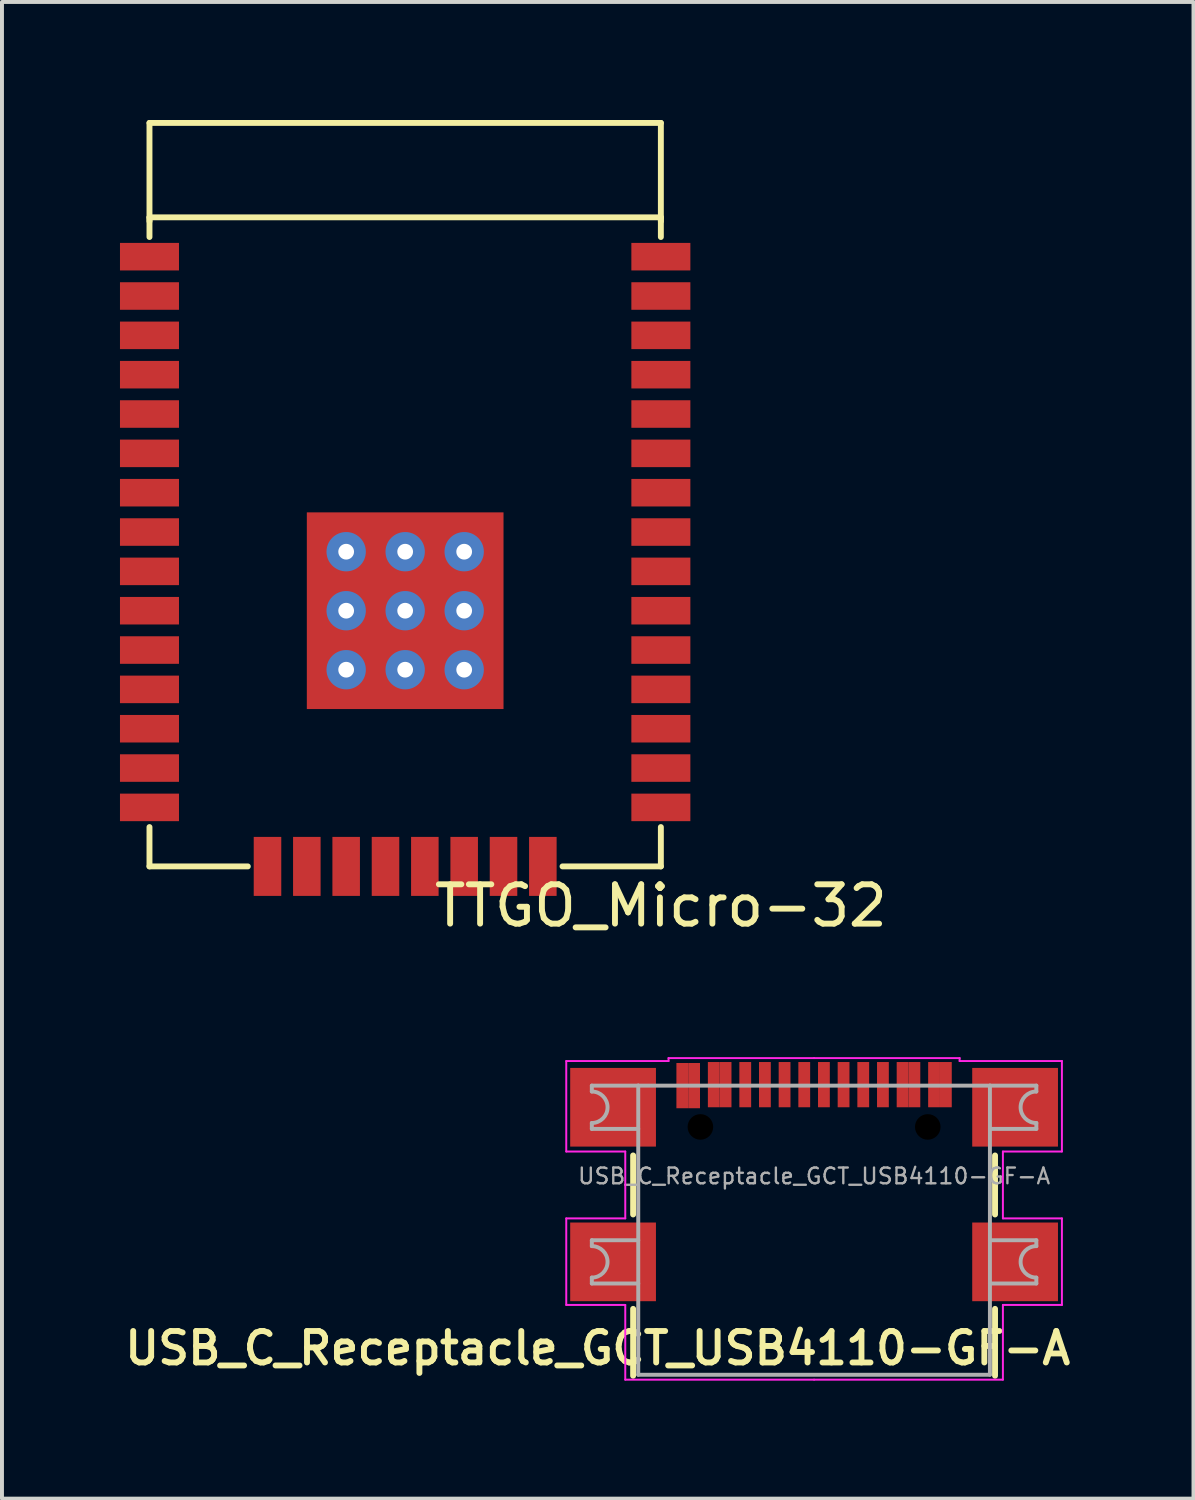
<source format=kicad_pcb>
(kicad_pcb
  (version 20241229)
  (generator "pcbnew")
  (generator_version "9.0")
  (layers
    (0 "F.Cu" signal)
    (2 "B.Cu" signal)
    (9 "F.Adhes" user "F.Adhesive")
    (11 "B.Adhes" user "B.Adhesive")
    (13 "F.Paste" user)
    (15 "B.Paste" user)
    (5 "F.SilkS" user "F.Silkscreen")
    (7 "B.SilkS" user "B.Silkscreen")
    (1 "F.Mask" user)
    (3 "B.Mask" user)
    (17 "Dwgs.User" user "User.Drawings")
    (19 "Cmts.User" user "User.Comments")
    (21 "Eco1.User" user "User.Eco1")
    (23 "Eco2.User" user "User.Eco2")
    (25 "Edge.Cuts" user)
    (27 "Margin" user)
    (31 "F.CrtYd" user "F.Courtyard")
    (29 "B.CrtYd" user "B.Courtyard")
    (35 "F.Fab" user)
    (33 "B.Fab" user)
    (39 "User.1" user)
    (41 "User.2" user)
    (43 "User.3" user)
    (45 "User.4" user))
  (footprint "TTGO_Micro-32"
    (layer "F.Cu")
    (at 7.25 3.475)
    (property "Reference" "TTGO_Micro-32" (at 6.5 16.5 0) (layer "F.SilkS") (effects (font (size 1 1) (thickness 0.15))))
    (attr through_hole)
    (fp_line (start -6.5 -3.4) (end 6.5 -3.4) (stroke (width 0.15) (type solid)) (layer "F.SilkS"))
    (fp_line (start -6.5 -0.9) (end -6.5 -3.4) (stroke (width 0.15) (type solid)) (layer "F.SilkS"))
    (fp_line (start -6.5 -0.5) (end -6.5 -1) (stroke (width 0.15) (type solid)) (layer "F.SilkS"))
    (fp_line (start -6.5 14.5) (end -6.5 15.5) (stroke (width 0.15) (type solid)) (layer "F.SilkS"))
    (fp_line (start -6.5 15.5) (end -4 15.5) (stroke (width 0.15) (type solid)) (layer "F.SilkS"))
    (fp_line (start 4 15.5) (end 6.5 15.5) (stroke (width 0.15) (type solid)) (layer "F.SilkS"))
    (fp_line (start 6.5 -1) (end -6.5 -1) (stroke (width 0.15) (type solid)) (layer "F.SilkS"))
    (fp_line (start 6.5 -0.9) (end 6.5 -3.4) (stroke (width 0.15) (type solid)) (layer "F.SilkS"))
    (fp_line (start 6.5 -0.5) (end 6.5 -1) (stroke (width 0.15) (type solid)) (layer "F.SilkS"))
    (fp_line (start 6.5 15.5) (end 6.5 14.5) (stroke (width 0.15) (type solid)) (layer "F.SilkS"))
    (pad "1" smd rect (at -6.5 0) (size 1.5 0.7) (layers "F.Cu" "F.Mask" "F.Paste"))
    (pad "1" thru_hole circle (at -1.5 7.5) (size 1 1) (drill 0.4) (layers "*.Cu" "*.Mask"))
    (pad "1" thru_hole circle (at -1.5 9) (size 1 1) (drill 0.4) (layers "*.Cu" "*.Mask"))
    (pad "1" thru_hole circle (at -1.5 10.5) (size 1 1) (drill 0.4) (layers "*.Cu" "*.Mask"))
    (pad "1" thru_hole circle (at 0 7.5) (size 1 1) (drill 0.4) (layers "*.Cu" "*.Mask"))
    (pad "1" thru_hole circle (at 0 9) (size 1 1) (drill 0.4) (layers "*.Cu" "*.Mask"))
    (pad "1" smd custom (at 0 9) (size 1.524 1.524) (layers "F.Cu" "F.Mask" "F.Paste") (options (anchor rect)) (primitives (gr_poly (pts (xy -2.5 -2.5) (xy -2.5 2.5) (xy 2.5 2.5) (xy 2.5 -2.5)) (width 0) (fill yes))))
    (pad "1" thru_hole circle (at 0 10.5) (size 1 1) (drill 0.4) (layers "*.Cu" "*.Mask"))
    (pad "1" thru_hole circle (at 1.5 7.5) (size 1 1) (drill 0.4) (layers "*.Cu" "*.Mask"))
    (pad "1" thru_hole circle (at 1.5 9) (size 1 1) (drill 0.4) (layers "*.Cu" "*.Mask"))
    (pad "1" thru_hole circle (at 1.5 10.5) (size 1 1) (drill 0.4) (layers "*.Cu" "*.Mask"))
    (pad "2" smd rect (at -6.5 1) (size 1.5 0.7) (layers "F.Cu" "F.Mask" "F.Paste"))
    (pad "3" smd rect (at -6.5 2) (size 1.5 0.7) (layers "F.Cu" "F.Mask" "F.Paste"))
    (pad "4" smd rect (at -6.5 3) (size 1.5 0.7) (layers "F.Cu" "F.Mask" "F.Paste"))
    (pad "5" smd rect (at -6.5 4) (size 1.5 0.7) (layers "F.Cu" "F.Mask" "F.Paste"))
    (pad "6" smd rect (at -6.5 5) (size 1.5 0.7) (layers "F.Cu" "F.Mask" "F.Paste"))
    (pad "7" smd rect (at -6.5 6) (size 1.5 0.7) (layers "F.Cu" "F.Mask" "F.Paste"))
    (pad "8" smd rect (at -6.5 7) (size 1.5 0.7) (layers "F.Cu" "F.Mask" "F.Paste"))
    (pad "9" smd rect (at -6.5 8) (size 1.5 0.7) (layers "F.Cu" "F.Mask" "F.Paste"))
    (pad "10" smd rect (at -6.5 9) (size 1.5 0.7) (layers "F.Cu" "F.Mask" "F.Paste"))
    (pad "11" smd rect (at -6.5 10) (size 1.5 0.7) (layers "F.Cu" "F.Mask" "F.Paste"))
    (pad "12" smd rect (at -6.5 11) (size 1.5 0.7) (layers "F.Cu" "F.Mask" "F.Paste"))
    (pad "13" smd rect (at -6.5 12) (size 1.5 0.7) (layers "F.Cu" "F.Mask" "F.Paste"))
    (pad "14" smd rect (at -6.5 13) (size 1.5 0.7) (layers "F.Cu" "F.Mask" "F.Paste"))
    (pad "15" smd rect (at -6.5 14) (size 1.5 0.7) (layers "F.Cu" "F.Mask" "F.Paste"))
    (pad "16" smd rect (at -3.5 15.5 90) (size 1.5 0.7) (layers "F.Cu" "F.Mask" "F.Paste"))
    (pad "17" smd rect (at -2.5 15.5 90) (size 1.5 0.7) (layers "F.Cu" "F.Mask" "F.Paste"))
    (pad "18" smd rect (at -1.5 15.5 90) (size 1.5 0.7) (layers "F.Cu" "F.Mask" "F.Paste"))
    (pad "19" smd rect (at -0.5 15.5 90) (size 1.5 0.7) (layers "F.Cu" "F.Mask" "F.Paste"))
    (pad "20" smd rect (at 0.5 15.5 90) (size 1.5 0.7) (layers "F.Cu" "F.Mask" "F.Paste"))
    (pad "21" smd rect (at 1.5 15.5 90) (size 1.5 0.7) (layers "F.Cu" "F.Mask" "F.Paste"))
    (pad "22" smd rect (at 2.5 15.5 90) (size 1.5 0.7) (layers "F.Cu" "F.Mask" "F.Paste"))
    (pad "23" smd rect (at 3.5 15.5 90) (size 1.5 0.7) (layers "F.Cu" "F.Mask" "F.Paste"))
    (pad "24" smd rect (at 6.5 14) (size 1.5 0.7) (layers "F.Cu" "F.Mask" "F.Paste"))
    (pad "25" smd rect (at 6.5 13) (size 1.5 0.7) (layers "F.Cu" "F.Mask" "F.Paste"))
    (pad "26" smd rect (at 6.5 12) (size 1.5 0.7) (layers "F.Cu" "F.Mask" "F.Paste"))
    (pad "27" smd rect (at 6.5 11) (size 1.5 0.7) (layers "F.Cu" "F.Mask" "F.Paste"))
    (pad "28" smd rect (at 6.5 10) (size 1.5 0.7) (layers "F.Cu" "F.Mask" "F.Paste"))
    (pad "29" smd rect (at 6.5 9) (size 1.5 0.7) (layers "F.Cu" "F.Mask" "F.Paste"))
    (pad "30" smd rect (at 6.5 8) (size 1.5 0.7) (layers "F.Cu" "F.Mask" "F.Paste"))
    (pad "31" smd rect (at 6.5 7) (size 1.5 0.7) (layers "F.Cu" "F.Mask" "F.Paste"))
    (pad "32" smd rect (at 6.5 6) (size 1.5 0.7) (layers "F.Cu" "F.Mask" "F.Paste"))
    (pad "33" smd rect (at 6.5 5) (size 1.5 0.7) (layers "F.Cu" "F.Mask" "F.Paste"))
    (pad "34" smd rect (at 6.5 4) (size 1.5 0.7) (layers "F.Cu" "F.Mask" "F.Paste"))
    (pad "35" smd rect (at 6.5 3) (size 1.5 0.7) (layers "F.Cu" "F.Mask" "F.Paste"))
    (pad "36" smd rect (at 6.5 2) (size 1.5 0.7) (layers "F.Cu" "F.Mask" "F.Paste"))
    (pad "37" smd rect (at 6.5 1) (size 1.5 0.7) (layers "F.Cu" "F.Mask" "F.Paste"))
    (pad "38" smd rect (at 6.5 0) (size 1.5 0.7) (layers "F.Cu" "F.Mask" "F.Paste")))
  (footprint "USB_C_Receptacle_GCT_USB4110-GF-A"
    (layer "F.Cu")
    (at 17.645 28.223)
    (property "Reference" "USB_C_Receptacle_GCT_USB4110-GF-A" (at -5.5 3 0) (layer "F.SilkS") (effects (font (size 0.8 0.8) (thickness 0.15))))
    (attr smd)
    (fp_line (start -4.6 -0.4) (end -4.6 -1.9) (stroke (width 0.15) (type solid)) (layer "F.SilkS"))
    (fp_line (start -4.6 3.7) (end -4.6 2) (stroke (width 0.15) (type solid)) (layer "F.SilkS"))
    (fp_line (start 4.6 -0.4) (end 4.6 -1.9) (stroke (width 0.15) (type solid)) (layer "F.SilkS"))
    (fp_line (start 4.6 3.7) (end 4.6 2) (stroke (width 0.15) (type solid)) (layer "F.SilkS"))
    (fp_line (start -6.3 -4.3) (end -6.3 -2) (stroke (width 0.05) (type solid)) (layer "F.CrtYd"))
    (fp_line (start -6.3 -4.3) (end -3.7 -4.3) (stroke (width 0.05) (type solid)) (layer "F.CrtYd"))
    (fp_line (start -6.3 -2) (end -4.8 -2) (stroke (width 0.05) (type solid)) (layer "F.CrtYd"))
    (fp_line (start -6.3 -0.3) (end -6.3 1.9) (stroke (width 0.05) (type solid)) (layer "F.CrtYd"))
    (fp_line (start -4.8 -2) (end -4.8 -0.3) (stroke (width 0.05) (type solid)) (layer "F.CrtYd"))
    (fp_line (start -4.8 -0.3) (end -6.3 -0.3) (stroke (width 0.05) (type solid)) (layer "F.CrtYd"))
    (fp_line (start -4.8 1.9) (end -6.3 1.9) (stroke (width 0.05) (type solid)) (layer "F.CrtYd"))
    (fp_line (start -4.8 1.9) (end -4.8 3.8) (stroke (width 0.05) (type solid)) (layer "F.CrtYd"))
    (fp_line (start -3.7 -4.3) (end -3.7 -4.375) (stroke (width 0.05) (type solid)) (layer "F.CrtYd"))
    (fp_line (start 0 -4.375) (end -3.7 -4.375) (stroke (width 0.05) (type solid)) (layer "F.CrtYd"))
    (fp_line (start 0 -4.375) (end 3.7 -4.375) (stroke (width 0.05) (type solid)) (layer "F.CrtYd"))
    (fp_line (start 0 3.8) (end -4.8 3.8) (stroke (width 0.05) (type solid)) (layer "F.CrtYd"))
    (fp_line (start 0 3.8) (end 4.8 3.8) (stroke (width 0.05) (type solid)) (layer "F.CrtYd"))
    (fp_line (start 3.7 -4.3) (end 3.7 -4.375) (stroke (width 0.05) (type solid)) (layer "F.CrtYd"))
    (fp_line (start 4.8 -2) (end 4.8 -0.3) (stroke (width 0.05) (type solid)) (layer "F.CrtYd"))
    (fp_line (start 4.8 -0.3) (end 6.3 -0.3) (stroke (width 0.05) (type solid)) (layer "F.CrtYd"))
    (fp_line (start 4.8 1.9) (end 4.8 3.8) (stroke (width 0.05) (type solid)) (layer "F.CrtYd"))
    (fp_line (start 4.8 1.9) (end 6.3 1.9) (stroke (width 0.05) (type solid)) (layer "F.CrtYd"))
    (fp_line (start 6.3 -4.3) (end 3.7 -4.3) (stroke (width 0.05) (type solid)) (layer "F.CrtYd"))
    (fp_line (start 6.3 -4.3) (end 6.3 -2) (stroke (width 0.05) (type solid)) (layer "F.CrtYd"))
    (fp_line (start 6.3 -2) (end 4.8 -2) (stroke (width 0.05) (type solid)) (layer "F.CrtYd"))
    (fp_line (start 6.3 -0.3) (end 6.3 1.9) (stroke (width 0.05) (type solid)) (layer "F.CrtYd"))
    (fp_line (start -5.65 -3.675) (end -5.65 -3.525) (stroke (width 0.1) (type solid)) (layer "F.Fab"))
    (fp_line (start -5.65 -2.725) (end -5.65 -2.575) (stroke (width 0.1) (type solid)) (layer "F.Fab"))
    (fp_line (start -5.65 0.405) (end -5.65 0.255) (stroke (width 0.1) (type solid)) (layer "F.Fab"))
    (fp_line (start -5.65 1.355) (end -5.65 1.205) (stroke (width 0.1) (type solid)) (layer "F.Fab"))
    (fp_line (start -4.47 -3.675) (end -5.65 -3.675) (stroke (width 0.1) (type solid)) (layer "F.Fab"))
    (fp_line (start -4.47 -3.675) (end 4.47 -3.675) (stroke (width 0.1) (type solid)) (layer "F.Fab"))
    (fp_line (start -4.47 -2.575) (end -5.65 -2.575) (stroke (width 0.1) (type solid)) (layer "F.Fab"))
    (fp_line (start -4.47 0.255) (end -5.65 0.255) (stroke (width 0.1) (type solid)) (layer "F.Fab"))
    (fp_line (start -4.47 1.355) (end -5.65 1.355) (stroke (width 0.1) (type solid)) (layer "F.Fab"))
    (fp_line (start -4.47 3.675) (end -4.47 -3.675) (stroke (width 0.1) (type solid)) (layer "F.Fab"))
    (fp_line (start -4.47 3.675) (end 4.47 3.675) (stroke (width 0.1) (type solid)) (layer "F.Fab"))
    (fp_line (start 4.47 -3.675) (end 4.47 3.675) (stroke (width 0.1) (type solid)) (layer "F.Fab"))
    (fp_line (start 4.47 -3.675) (end 5.65 -3.675) (stroke (width 0.1) (type solid)) (layer "F.Fab"))
    (fp_line (start 4.47 -2.575) (end 5.65 -2.575) (stroke (width 0.1) (type solid)) (layer "F.Fab"))
    (fp_line (start 4.47 0.255) (end 5.65 0.255) (stroke (width 0.1) (type solid)) (layer "F.Fab"))
    (fp_line (start 4.47 1.355) (end 5.65 1.355) (stroke (width 0.1) (type solid)) (layer "F.Fab"))
    (fp_line (start 5.65 -3.675) (end 5.65 -3.525) (stroke (width 0.1) (type solid)) (layer "F.Fab"))
    (fp_line (start 5.65 -2.725) (end 5.65 -2.575) (stroke (width 0.1) (type solid)) (layer "F.Fab"))
    (fp_line (start 5.65 0.255) (end 5.65 0.405) (stroke (width 0.1) (type solid)) (layer "F.Fab"))
    (fp_line (start 5.65 1.205) (end 5.65 1.355) (stroke (width 0.1) (type solid)) (layer "F.Fab"))
    (fp_arc (start -5.65 -3.525) (mid -5.25 -3.125) (end -5.65 -2.725) (stroke (width 0.1) (type solid)) (layer "F.Fab"))
    (fp_arc (start -5.65 0.405) (mid -5.25 0.805) (end -5.65 1.205) (stroke (width 0.1) (type solid)) (layer "F.Fab"))
    (fp_arc (start 5.65 -2.725) (mid 5.25 -3.125) (end 5.65 -3.525) (stroke (width 0.1) (type solid)) (layer "F.Fab"))
    (fp_arc (start 5.65 1.205) (mid 5.25 0.805) (end 5.65 0.405) (stroke (width 0.1) (type solid)) (layer "F.Fab"))
    (fp_text user "${REFERENCE}" (at 0 -1.375 0) (layer "F.Fab") (effects (font (size 0.4 0.4) (thickness 0.06))))
    (pad "" np_thru_hole circle (at -2.89 -2.625) (size 0.65 0.65) (drill 0.65) (layers "*.Mask"))
    (pad "" np_thru_hole circle (at 2.89 -2.625) (size 0.65 0.65) (drill 0.65) (layers "*.Mask"))
    (pad "A1" smd rect (at -3.35 -3.675) (size 0.3 1.15) (layers "F.Cu" "F.Mask" "F.Paste"))
    (pad "A4" smd rect (at -2.55 -3.7) (size 0.3 1.15) (layers "F.Cu" "F.Mask" "F.Paste"))
    (pad "A5" smd rect (at -1.25 -3.7) (size 0.3 1.15) (layers "F.Cu" "F.Mask" "F.Paste"))
    (pad "A6" smd rect (at -0.25 -3.7) (size 0.3 1.15) (layers "F.Cu" "F.Mask" "F.Paste"))
    (pad "A7" smd rect (at 0.25 -3.7 180) (size 0.3 1.15) (layers "F.Cu" "F.Mask" "F.Paste"))
    (pad "A8" smd rect (at 1.25 -3.7 180) (size 0.3 1.15) (layers "F.Cu" "F.Mask" "F.Paste"))
    (pad "A9" smd rect (at 2.55 -3.7 180) (size 0.3 1.15) (layers "F.Cu" "F.Mask" "F.Paste"))
    (pad "A12" smd rect (at 3.35 -3.7) (size 0.3 1.15) (layers "F.Cu" "F.Mask" "F.Paste"))
    (pad "B1" smd rect (at 3.05 -3.7 180) (size 0.3 1.15) (layers "F.Cu" "F.Mask" "F.Paste"))
    (pad "B4" smd rect (at 2.25 -3.7 180) (size 0.3 1.15) (layers "F.Cu" "F.Mask" "F.Paste"))
    (pad "B5" smd rect (at 1.75 -3.7 180) (size 0.3 1.15) (layers "F.Cu" "F.Mask" "F.Paste"))
    (pad "B6" smd rect (at 0.75 -3.7 180) (size 0.3 1.15) (layers "F.Cu" "F.Mask" "F.Paste"))
    (pad "B7" smd rect (at -0.75 -3.7) (size 0.3 1.15) (layers "F.Cu" "F.Mask" "F.Paste"))
    (pad "B8" smd rect (at -1.75 -3.7) (size 0.3 1.15) (layers "F.Cu" "F.Mask" "F.Paste"))
    (pad "B9" smd rect (at -2.25 -3.7) (size 0.3 1.15) (layers "F.Cu" "F.Mask" "F.Paste"))
    (pad "B12" smd rect (at -3.05 -3.675 180) (size 0.3 1.15) (layers "F.Cu" "F.Mask" "F.Paste"))
    (pad "S1" smd rect (at -5.11 -3.125) (size 2.18 2) (layers "F.Cu" "F.Mask" "F.Paste"))
    (pad "S1" smd rect (at -5.11 0.805) (size 2.18 2) (layers "F.Cu" "F.Mask" "F.Paste"))
    (pad "S1" smd rect (at 5.11 -3.125) (size 2.18 2) (layers "F.Cu" "F.Mask" "F.Paste"))
    (pad "S1" smd rect (at 5.11 0.805) (size 2.18 2) (layers "F.Cu" "F.Mask" "F.Paste")))
  (gr_rect
    (start -3 -3)
    (end 27.29 35.048)
    (stroke (width 0.1) (type default))
    (fill no)
    (layer "Edge.Cuts")))
</source>
